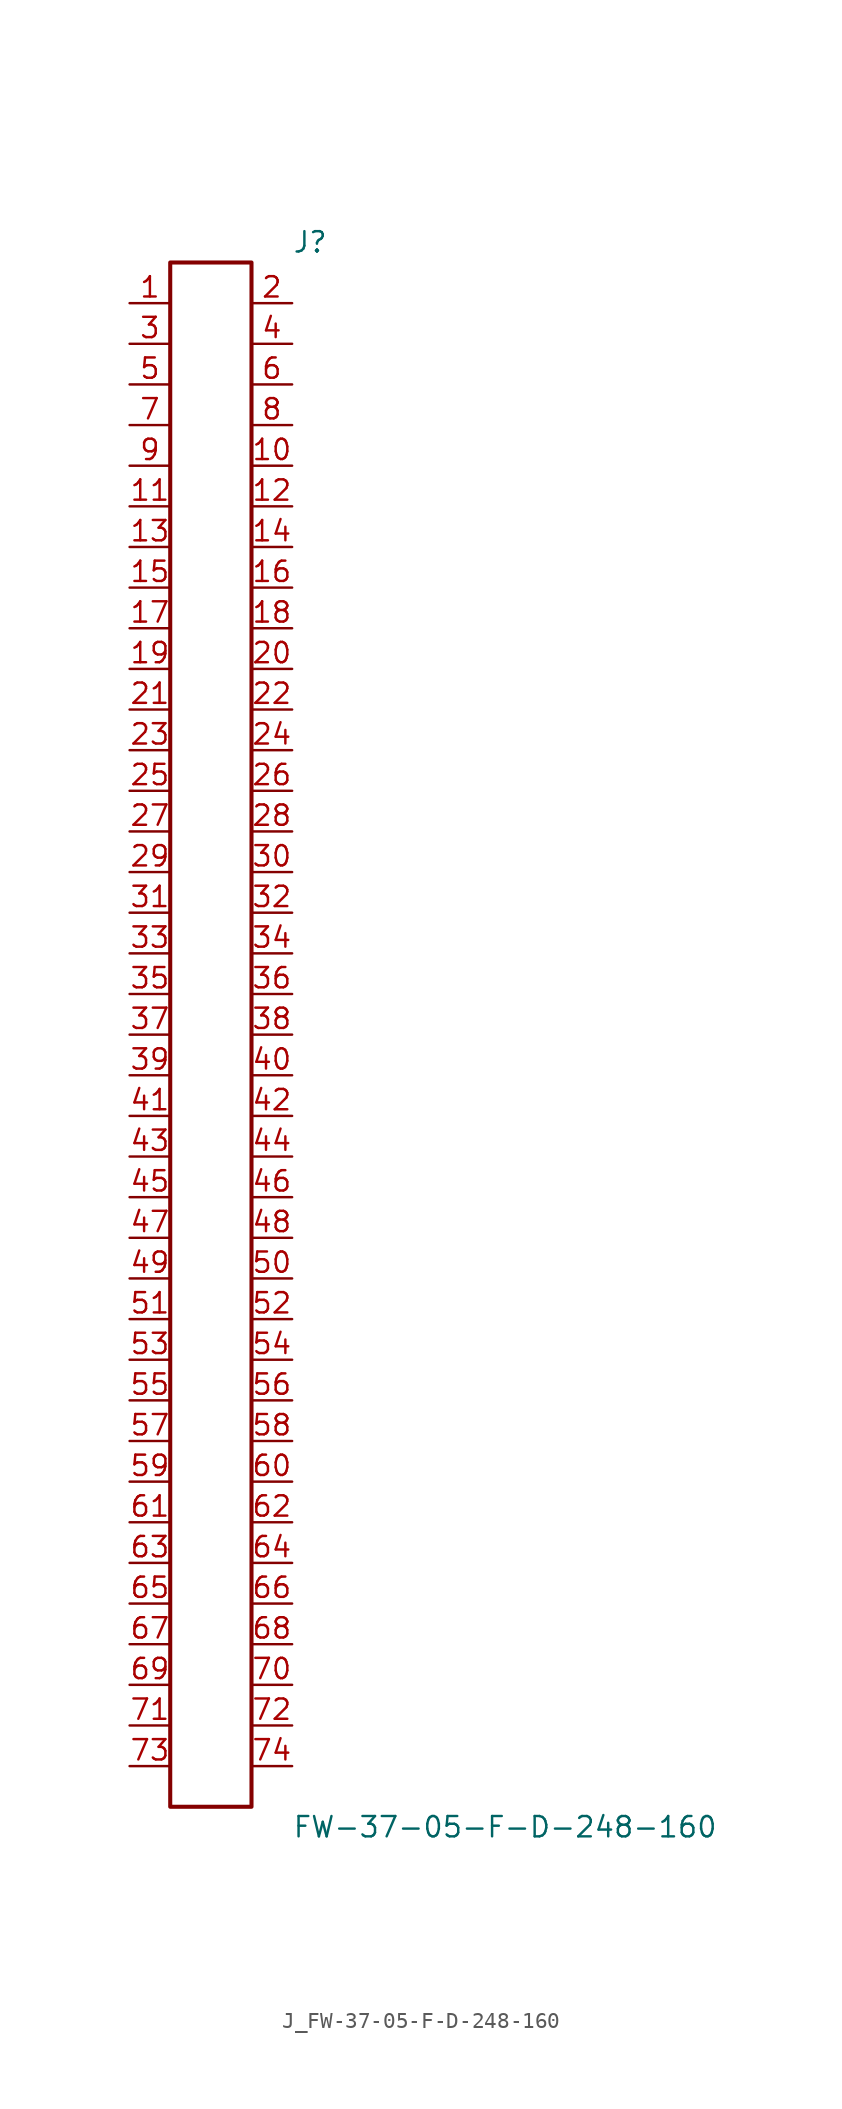
<source format=kicad_sym>
(kicad_symbol_lib
  (version 20231120)
  (generator kicad_symbol_editor)
  (generator_version 8.0)
  (symbol "J_FW-37-05-F-D-248-160"
    (pin_names
      (offset 0.254))
    (property "Reference" "J"
      (at 5.08 49.53 0)
      (effects (font (size 1.27 1.27)) (justify left)))
    (property "Value" "FW-37-05-F-D-248-160"
      (at 5.08 -49.53 0)
      (effects (font (size 1.27 1.27)) (justify left)))
    (symbol "J_FW-37-05-F-D-248-160_0_0"
      (pin passive line (at -5.08 45.72 0) (length 2.54) (name "" (effects (font (size 1.27 1.27)))) (number "1" (effects (font (size 1.27 1.27)))))
      (pin passive line (at 5.08 45.72 180) (length 2.54) (name "" (effects (font (size 1.27 1.27)))) (number "2" (effects (font (size 1.27 1.27)))))
      (pin passive line (at -5.08 43.18 0) (length 2.54) (name "" (effects (font (size 1.27 1.27)))) (number "3" (effects (font (size 1.27 1.27)))))
      (pin passive line (at 5.08 43.18 180) (length 2.54) (name "" (effects (font (size 1.27 1.27)))) (number "4" (effects (font (size 1.27 1.27)))))
      (pin passive line (at -5.08 40.64 0) (length 2.54) (name "" (effects (font (size 1.27 1.27)))) (number "5" (effects (font (size 1.27 1.27)))))
      (pin passive line (at 5.08 40.64 180) (length 2.54) (name "" (effects (font (size 1.27 1.27)))) (number "6" (effects (font (size 1.27 1.27)))))
      (pin passive line (at -5.08 38.1 0) (length 2.54) (name "" (effects (font (size 1.27 1.27)))) (number "7" (effects (font (size 1.27 1.27)))))
      (pin passive line (at 5.08 38.1 180) (length 2.54) (name "" (effects (font (size 1.27 1.27)))) (number "8" (effects (font (size 1.27 1.27)))))
      (pin passive line (at -5.08 35.56 0) (length 2.54) (name "" (effects (font (size 1.27 1.27)))) (number "9" (effects (font (size 1.27 1.27)))))
      (pin passive line (at 5.08 35.56 180) (length 2.54) (name "" (effects (font (size 1.27 1.27)))) (number "10" (effects (font (size 1.27 1.27)))))
      (pin passive line (at -5.08 33.02 0) (length 2.54) (name "" (effects (font (size 1.27 1.27)))) (number "11" (effects (font (size 1.27 1.27)))))
      (pin passive line (at 5.08 33.02 180) (length 2.54) (name "" (effects (font (size 1.27 1.27)))) (number "12" (effects (font (size 1.27 1.27)))))
      (pin passive line (at -5.08 30.48 0) (length 2.54) (name "" (effects (font (size 1.27 1.27)))) (number "13" (effects (font (size 1.27 1.27)))))
      (pin passive line (at 5.08 30.48 180) (length 2.54) (name "" (effects (font (size 1.27 1.27)))) (number "14" (effects (font (size 1.27 1.27)))))
      (pin passive line (at -5.08 27.94 0) (length 2.54) (name "" (effects (font (size 1.27 1.27)))) (number "15" (effects (font (size 1.27 1.27)))))
      (pin passive line (at 5.08 27.94 180) (length 2.54) (name "" (effects (font (size 1.27 1.27)))) (number "16" (effects (font (size 1.27 1.27)))))
      (pin passive line (at -5.08 25.4 0) (length 2.54) (name "" (effects (font (size 1.27 1.27)))) (number "17" (effects (font (size 1.27 1.27)))))
      (pin passive line (at 5.08 25.4 180) (length 2.54) (name "" (effects (font (size 1.27 1.27)))) (number "18" (effects (font (size 1.27 1.27)))))
      (pin passive line (at -5.08 22.86 0) (length 2.54) (name "" (effects (font (size 1.27 1.27)))) (number "19" (effects (font (size 1.27 1.27)))))
      (pin passive line (at 5.08 22.86 180) (length 2.54) (name "" (effects (font (size 1.27 1.27)))) (number "20" (effects (font (size 1.27 1.27)))))
      (pin passive line (at -5.08 20.32 0) (length 2.54) (name "" (effects (font (size 1.27 1.27)))) (number "21" (effects (font (size 1.27 1.27)))))
      (pin passive line (at 5.08 20.32 180) (length 2.54) (name "" (effects (font (size 1.27 1.27)))) (number "22" (effects (font (size 1.27 1.27)))))
      (pin passive line (at -5.08 17.78 0) (length 2.54) (name "" (effects (font (size 1.27 1.27)))) (number "23" (effects (font (size 1.27 1.27)))))
      (pin passive line (at 5.08 17.78 180) (length 2.54) (name "" (effects (font (size 1.27 1.27)))) (number "24" (effects (font (size 1.27 1.27)))))
      (pin passive line (at -5.08 15.24 0) (length 2.54) (name "" (effects (font (size 1.27 1.27)))) (number "25" (effects (font (size 1.27 1.27)))))
      (pin passive line (at 5.08 15.24 180) (length 2.54) (name "" (effects (font (size 1.27 1.27)))) (number "26" (effects (font (size 1.27 1.27)))))
      (pin passive line (at -5.08 12.7 0) (length 2.54) (name "" (effects (font (size 1.27 1.27)))) (number "27" (effects (font (size 1.27 1.27)))))
      (pin passive line (at 5.08 12.7 180) (length 2.54) (name "" (effects (font (size 1.27 1.27)))) (number "28" (effects (font (size 1.27 1.27)))))
      (pin passive line (at -5.08 10.16 0) (length 2.54) (name "" (effects (font (size 1.27 1.27)))) (number "29" (effects (font (size 1.27 1.27)))))
      (pin passive line (at 5.08 10.16 180) (length 2.54) (name "" (effects (font (size 1.27 1.27)))) (number "30" (effects (font (size 1.27 1.27)))))
      (pin passive line (at -5.08 7.62 0) (length 2.54) (name "" (effects (font (size 1.27 1.27)))) (number "31" (effects (font (size 1.27 1.27)))))
      (pin passive line (at 5.08 7.62 180) (length 2.54) (name "" (effects (font (size 1.27 1.27)))) (number "32" (effects (font (size 1.27 1.27)))))
      (pin passive line (at -5.08 5.08 0) (length 2.54) (name "" (effects (font (size 1.27 1.27)))) (number "33" (effects (font (size 1.27 1.27)))))
      (pin passive line (at 5.08 5.08 180) (length 2.54) (name "" (effects (font (size 1.27 1.27)))) (number "34" (effects (font (size 1.27 1.27)))))
      (pin passive line (at -5.08 2.54 0) (length 2.54) (name "" (effects (font (size 1.27 1.27)))) (number "35" (effects (font (size 1.27 1.27)))))
      (pin passive line (at 5.08 2.54 180) (length 2.54) (name "" (effects (font (size 1.27 1.27)))) (number "36" (effects (font (size 1.27 1.27)))))
      (pin passive line (at -5.08 0.0 0) (length 2.54) (name "" (effects (font (size 1.27 1.27)))) (number "37" (effects (font (size 1.27 1.27)))))
      (pin passive line (at 5.08 0.0 180) (length 2.54) (name "" (effects (font (size 1.27 1.27)))) (number "38" (effects (font (size 1.27 1.27)))))
      (pin passive line (at -5.08 -2.54 0) (length 2.54) (name "" (effects (font (size 1.27 1.27)))) (number "39" (effects (font (size 1.27 1.27)))))
      (pin passive line (at 5.08 -2.54 180) (length 2.54) (name "" (effects (font (size 1.27 1.27)))) (number "40" (effects (font (size 1.27 1.27)))))
      (pin passive line (at -5.08 -5.08 0) (length 2.54) (name "" (effects (font (size 1.27 1.27)))) (number "41" (effects (font (size 1.27 1.27)))))
      (pin passive line (at 5.08 -5.08 180) (length 2.54) (name "" (effects (font (size 1.27 1.27)))) (number "42" (effects (font (size 1.27 1.27)))))
      (pin passive line (at -5.08 -7.62 0) (length 2.54) (name "" (effects (font (size 1.27 1.27)))) (number "43" (effects (font (size 1.27 1.27)))))
      (pin passive line (at 5.08 -7.62 180) (length 2.54) (name "" (effects (font (size 1.27 1.27)))) (number "44" (effects (font (size 1.27 1.27)))))
      (pin passive line (at -5.08 -10.16 0) (length 2.54) (name "" (effects (font (size 1.27 1.27)))) (number "45" (effects (font (size 1.27 1.27)))))
      (pin passive line (at 5.08 -10.16 180) (length 2.54) (name "" (effects (font (size 1.27 1.27)))) (number "46" (effects (font (size 1.27 1.27)))))
      (pin passive line (at -5.08 -12.7 0) (length 2.54) (name "" (effects (font (size 1.27 1.27)))) (number "47" (effects (font (size 1.27 1.27)))))
      (pin passive line (at 5.08 -12.7 180) (length 2.54) (name "" (effects (font (size 1.27 1.27)))) (number "48" (effects (font (size 1.27 1.27)))))
      (pin passive line (at -5.08 -15.24 0) (length 2.54) (name "" (effects (font (size 1.27 1.27)))) (number "49" (effects (font (size 1.27 1.27)))))
      (pin passive line (at 5.08 -15.24 180) (length 2.54) (name "" (effects (font (size 1.27 1.27)))) (number "50" (effects (font (size 1.27 1.27)))))
      (pin passive line (at -5.08 -17.78 0) (length 2.54) (name "" (effects (font (size 1.27 1.27)))) (number "51" (effects (font (size 1.27 1.27)))))
      (pin passive line (at 5.08 -17.78 180) (length 2.54) (name "" (effects (font (size 1.27 1.27)))) (number "52" (effects (font (size 1.27 1.27)))))
      (pin passive line (at -5.08 -20.32 0) (length 2.54) (name "" (effects (font (size 1.27 1.27)))) (number "53" (effects (font (size 1.27 1.27)))))
      (pin passive line (at 5.08 -20.32 180) (length 2.54) (name "" (effects (font (size 1.27 1.27)))) (number "54" (effects (font (size 1.27 1.27)))))
      (pin passive line (at -5.08 -22.86 0) (length 2.54) (name "" (effects (font (size 1.27 1.27)))) (number "55" (effects (font (size 1.27 1.27)))))
      (pin passive line (at 5.08 -22.86 180) (length 2.54) (name "" (effects (font (size 1.27 1.27)))) (number "56" (effects (font (size 1.27 1.27)))))
      (pin passive line (at -5.08 -25.4 0) (length 2.54) (name "" (effects (font (size 1.27 1.27)))) (number "57" (effects (font (size 1.27 1.27)))))
      (pin passive line (at 5.08 -25.4 180) (length 2.54) (name "" (effects (font (size 1.27 1.27)))) (number "58" (effects (font (size 1.27 1.27)))))
      (pin passive line (at -5.08 -27.94 0) (length 2.54) (name "" (effects (font (size 1.27 1.27)))) (number "59" (effects (font (size 1.27 1.27)))))
      (pin passive line (at 5.08 -27.94 180) (length 2.54) (name "" (effects (font (size 1.27 1.27)))) (number "60" (effects (font (size 1.27 1.27)))))
      (pin passive line (at -5.08 -30.48 0) (length 2.54) (name "" (effects (font (size 1.27 1.27)))) (number "61" (effects (font (size 1.27 1.27)))))
      (pin passive line (at 5.08 -30.48 180) (length 2.54) (name "" (effects (font (size 1.27 1.27)))) (number "62" (effects (font (size 1.27 1.27)))))
      (pin passive line (at -5.08 -33.02 0) (length 2.54) (name "" (effects (font (size 1.27 1.27)))) (number "63" (effects (font (size 1.27 1.27)))))
      (pin passive line (at 5.08 -33.02 180) (length 2.54) (name "" (effects (font (size 1.27 1.27)))) (number "64" (effects (font (size 1.27 1.27)))))
      (pin passive line (at -5.08 -35.56 0) (length 2.54) (name "" (effects (font (size 1.27 1.27)))) (number "65" (effects (font (size 1.27 1.27)))))
      (pin passive line (at 5.08 -35.56 180) (length 2.54) (name "" (effects (font (size 1.27 1.27)))) (number "66" (effects (font (size 1.27 1.27)))))
      (pin passive line (at -5.08 -38.1 0) (length 2.54) (name "" (effects (font (size 1.27 1.27)))) (number "67" (effects (font (size 1.27 1.27)))))
      (pin passive line (at 5.08 -38.1 180) (length 2.54) (name "" (effects (font (size 1.27 1.27)))) (number "68" (effects (font (size 1.27 1.27)))))
      (pin passive line (at -5.08 -40.64 0) (length 2.54) (name "" (effects (font (size 1.27 1.27)))) (number "69" (effects (font (size 1.27 1.27)))))
      (pin passive line (at 5.08 -40.64 180) (length 2.54) (name "" (effects (font (size 1.27 1.27)))) (number "70" (effects (font (size 1.27 1.27)))))
      (pin passive line (at -5.08 -43.18 0) (length 2.54) (name "" (effects (font (size 1.27 1.27)))) (number "71" (effects (font (size 1.27 1.27)))))
      (pin passive line (at 5.08 -43.18 180) (length 2.54) (name "" (effects (font (size 1.27 1.27)))) (number "72" (effects (font (size 1.27 1.27)))))
      (pin passive line (at -5.08 -45.72 0) (length 2.54) (name "" (effects (font (size 1.27 1.27)))) (number "73" (effects (font (size 1.27 1.27)))))
      (pin passive line (at 5.08 -45.72 180) (length 2.54) (name "" (effects (font (size 1.27 1.27)))) (number "74" (effects (font (size 1.27 1.27))))))
    (symbol "J_FW-37-05-F-D-248-160_1_0"
      (rectangle (start -2.54 48.26) (end 2.54 -48.26) (stroke (width 0.254) (type solid)) (fill (type none))))))
</source>
